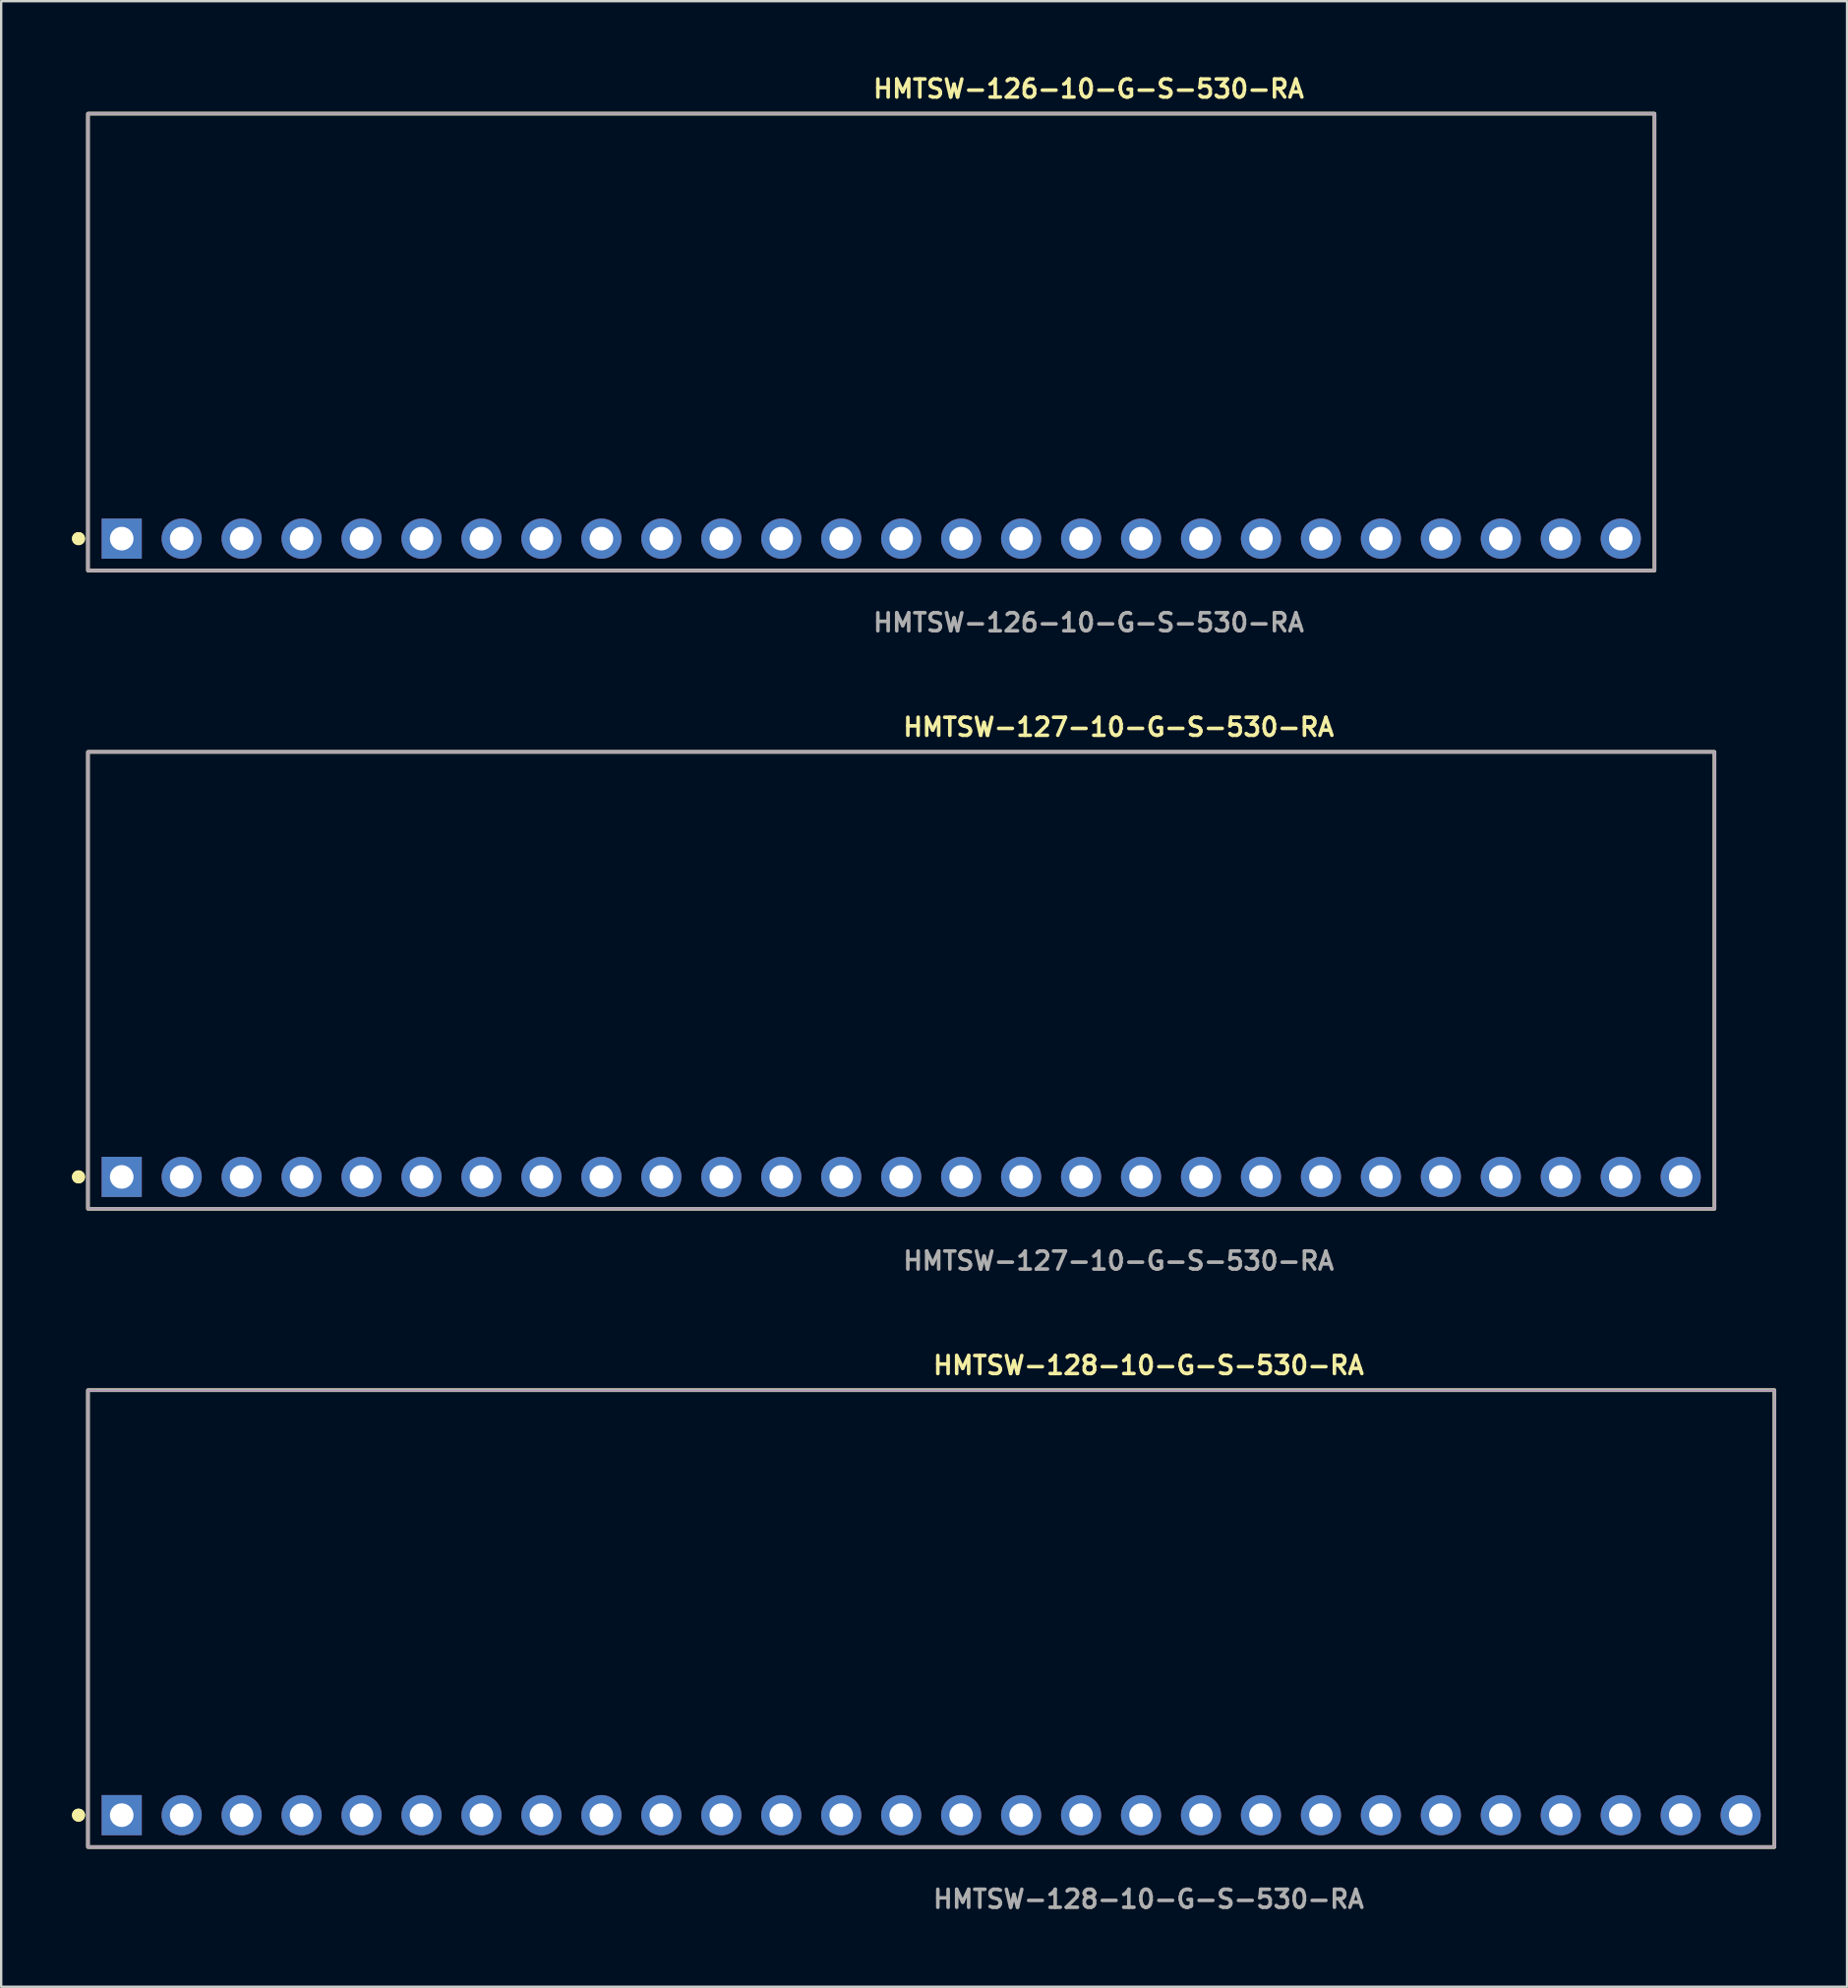
<source format=kicad_pcb>
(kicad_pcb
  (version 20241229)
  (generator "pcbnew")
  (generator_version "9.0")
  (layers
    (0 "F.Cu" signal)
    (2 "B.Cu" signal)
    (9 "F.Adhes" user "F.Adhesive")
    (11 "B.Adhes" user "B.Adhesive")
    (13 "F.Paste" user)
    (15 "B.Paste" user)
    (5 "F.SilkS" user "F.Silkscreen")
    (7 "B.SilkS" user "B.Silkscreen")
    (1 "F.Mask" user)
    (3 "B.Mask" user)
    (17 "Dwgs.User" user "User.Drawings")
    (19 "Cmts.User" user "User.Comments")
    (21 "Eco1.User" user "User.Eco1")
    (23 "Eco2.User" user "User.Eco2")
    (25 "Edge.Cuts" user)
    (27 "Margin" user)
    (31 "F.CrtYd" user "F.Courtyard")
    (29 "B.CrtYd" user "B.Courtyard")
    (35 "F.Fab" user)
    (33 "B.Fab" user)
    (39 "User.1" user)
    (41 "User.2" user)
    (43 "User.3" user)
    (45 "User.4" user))
  (footprint "HMTSW-126-10-G-S-530-RA"
    (layer "F.Cu")
    (at 33.856 19.763)
    (property "Reference" "HMTSW-126-10-G-S-530-RA" (at 0 -19.05 0) (unlocked yes) (layer "F.SilkS") (effects (font (size 0.762 0.762) (thickness 0.152)) (justify left)))
    (fp_rect (start -33.18 1.35) (end 33.18 -18) (stroke (width 0.152) (type solid)) (fill no) (layer "F.SilkS"))
    (fp_circle (center -33.58 0) (end -33.78 0) (stroke (width 0.152) (type solid)) (fill yes) (layer "F.SilkS"))
    (fp_circle (center -33.58 0) (end -33.78 0) (stroke (width 0.152) (type solid)) (fill yes) (layer "F.SilkS"))
    (fp_rect (start -33.18 1.35) (end 33.18 -18) (stroke (width 0.006) (type solid)) (fill no) (layer "F.CrtYd"))
    (fp_rect (start -33.18 1.35) (end 33.18 -18) (stroke (width 0.152) (type solid)) (fill no) (layer "F.Fab"))
    (fp_text user "${REFERENCE}" (at 0 3.556 0) (unlocked yes) (layer "F.Fab") (effects (font (size 0.762 0.762) (thickness 0.152)) (justify left)))
    (pad "1" thru_hole rect (at -31.75 0) (size 1.7 1.7) (drill 1) (layers "*.Cu" "*.Mask"))
    (pad "2" thru_hole circle (at -29.21 0) (size 1.7 1.7) (drill 1) (layers "*.Cu" "*.Mask"))
    (pad "3" thru_hole circle (at -26.67 0) (size 1.7 1.7) (drill 1) (layers "*.Cu" "*.Mask"))
    (pad "4" thru_hole circle (at -24.13 0) (size 1.7 1.7) (drill 1) (layers "*.Cu" "*.Mask"))
    (pad "5" thru_hole circle (at -21.59 0) (size 1.7 1.7) (drill 1) (layers "*.Cu" "*.Mask"))
    (pad "6" thru_hole circle (at -19.05 0) (size 1.7 1.7) (drill 1) (layers "*.Cu" "*.Mask"))
    (pad "7" thru_hole circle (at -16.51 0) (size 1.7 1.7) (drill 1) (layers "*.Cu" "*.Mask"))
    (pad "8" thru_hole circle (at -13.97 0) (size 1.7 1.7) (drill 1) (layers "*.Cu" "*.Mask"))
    (pad "9" thru_hole circle (at -11.43 0) (size 1.7 1.7) (drill 1) (layers "*.Cu" "*.Mask"))
    (pad "10" thru_hole circle (at -8.89 0) (size 1.7 1.7) (drill 1) (layers "*.Cu" "*.Mask"))
    (pad "11" thru_hole circle (at -6.35 0) (size 1.7 1.7) (drill 1) (layers "*.Cu" "*.Mask"))
    (pad "12" thru_hole circle (at -3.81 0) (size 1.7 1.7) (drill 1) (layers "*.Cu" "*.Mask"))
    (pad "13" thru_hole circle (at -1.27 0) (size 1.7 1.7) (drill 1) (layers "*.Cu" "*.Mask"))
    (pad "14" thru_hole circle (at 1.27 0) (size 1.7 1.7) (drill 1) (layers "*.Cu" "*.Mask"))
    (pad "15" thru_hole circle (at 3.81 0) (size 1.7 1.7) (drill 1) (layers "*.Cu" "*.Mask"))
    (pad "16" thru_hole circle (at 6.35 0) (size 1.7 1.7) (drill 1) (layers "*.Cu" "*.Mask"))
    (pad "17" thru_hole circle (at 8.89 0) (size 1.7 1.7) (drill 1) (layers "*.Cu" "*.Mask"))
    (pad "18" thru_hole circle (at 11.43 0) (size 1.7 1.7) (drill 1) (layers "*.Cu" "*.Mask"))
    (pad "19" thru_hole circle (at 13.97 0) (size 1.7 1.7) (drill 1) (layers "*.Cu" "*.Mask"))
    (pad "20" thru_hole circle (at 16.51 0) (size 1.7 1.7) (drill 1) (layers "*.Cu" "*.Mask"))
    (pad "21" thru_hole circle (at 19.05 0) (size 1.7 1.7) (drill 1) (layers "*.Cu" "*.Mask"))
    (pad "22" thru_hole circle (at 21.59 0) (size 1.7 1.7) (drill 1) (layers "*.Cu" "*.Mask"))
    (pad "23" thru_hole circle (at 24.13 0) (size 1.7 1.7) (drill 1) (layers "*.Cu" "*.Mask"))
    (pad "24" thru_hole circle (at 26.67 0) (size 1.7 1.7) (drill 1) (layers "*.Cu" "*.Mask"))
    (pad "25" thru_hole circle (at 29.21 0) (size 1.7 1.7) (drill 1) (layers "*.Cu" "*.Mask"))
    (pad "26" thru_hole circle (at 31.75 0) (size 1.7 1.7) (drill 1) (layers "*.Cu" "*.Mask")))
  (footprint "HMTSW-128-10-G-S-530-RA"
    (layer "F.Cu")
    (at 36.396 73.828)
    (property "Reference" "HMTSW-128-10-G-S-530-RA" (at 0 -19.05 0) (unlocked yes) (layer "F.SilkS") (effects (font (size 0.762 0.762) (thickness 0.152)) (justify left)))
    (fp_rect (start -35.72 1.35) (end 35.72 -18) (stroke (width 0.152) (type solid)) (fill no) (layer "F.SilkS"))
    (fp_circle (center -36.12 0) (end -36.32 0) (stroke (width 0.152) (type solid)) (fill yes) (layer "F.SilkS"))
    (fp_circle (center -36.12 0) (end -36.32 0) (stroke (width 0.152) (type solid)) (fill yes) (layer "F.SilkS"))
    (fp_rect (start -35.72 1.35) (end 35.72 -18) (stroke (width 0.006) (type solid)) (fill no) (layer "F.CrtYd"))
    (fp_rect (start -35.72 1.35) (end 35.72 -18) (stroke (width 0.152) (type solid)) (fill no) (layer "F.Fab"))
    (fp_text user "${REFERENCE}" (at 0 3.556 0) (unlocked yes) (layer "F.Fab") (effects (font (size 0.762 0.762) (thickness 0.152)) (justify left)))
    (pad "1" thru_hole rect (at -34.29 0) (size 1.7 1.7) (drill 1) (layers "*.Cu" "*.Mask"))
    (pad "2" thru_hole circle (at -31.75 0) (size 1.7 1.7) (drill 1) (layers "*.Cu" "*.Mask"))
    (pad "3" thru_hole circle (at -29.21 0) (size 1.7 1.7) (drill 1) (layers "*.Cu" "*.Mask"))
    (pad "4" thru_hole circle (at -26.67 0) (size 1.7 1.7) (drill 1) (layers "*.Cu" "*.Mask"))
    (pad "5" thru_hole circle (at -24.13 0) (size 1.7 1.7) (drill 1) (layers "*.Cu" "*.Mask"))
    (pad "6" thru_hole circle (at -21.59 0) (size 1.7 1.7) (drill 1) (layers "*.Cu" "*.Mask"))
    (pad "7" thru_hole circle (at -19.05 0) (size 1.7 1.7) (drill 1) (layers "*.Cu" "*.Mask"))
    (pad "8" thru_hole circle (at -16.51 0) (size 1.7 1.7) (drill 1) (layers "*.Cu" "*.Mask"))
    (pad "9" thru_hole circle (at -13.97 0) (size 1.7 1.7) (drill 1) (layers "*.Cu" "*.Mask"))
    (pad "10" thru_hole circle (at -11.43 0) (size 1.7 1.7) (drill 1) (layers "*.Cu" "*.Mask"))
    (pad "11" thru_hole circle (at -8.89 0) (size 1.7 1.7) (drill 1) (layers "*.Cu" "*.Mask"))
    (pad "12" thru_hole circle (at -6.35 0) (size 1.7 1.7) (drill 1) (layers "*.Cu" "*.Mask"))
    (pad "13" thru_hole circle (at -3.81 0) (size 1.7 1.7) (drill 1) (layers "*.Cu" "*.Mask"))
    (pad "14" thru_hole circle (at -1.27 0) (size 1.7 1.7) (drill 1) (layers "*.Cu" "*.Mask"))
    (pad "15" thru_hole circle (at 1.27 0) (size 1.7 1.7) (drill 1) (layers "*.Cu" "*.Mask"))
    (pad "16" thru_hole circle (at 3.81 0) (size 1.7 1.7) (drill 1) (layers "*.Cu" "*.Mask"))
    (pad "17" thru_hole circle (at 6.35 0) (size 1.7 1.7) (drill 1) (layers "*.Cu" "*.Mask"))
    (pad "18" thru_hole circle (at 8.89 0) (size 1.7 1.7) (drill 1) (layers "*.Cu" "*.Mask"))
    (pad "19" thru_hole circle (at 11.43 0) (size 1.7 1.7) (drill 1) (layers "*.Cu" "*.Mask"))
    (pad "20" thru_hole circle (at 13.97 0) (size 1.7 1.7) (drill 1) (layers "*.Cu" "*.Mask"))
    (pad "21" thru_hole circle (at 16.51 0) (size 1.7 1.7) (drill 1) (layers "*.Cu" "*.Mask"))
    (pad "22" thru_hole circle (at 19.05 0) (size 1.7 1.7) (drill 1) (layers "*.Cu" "*.Mask"))
    (pad "23" thru_hole circle (at 21.59 0) (size 1.7 1.7) (drill 1) (layers "*.Cu" "*.Mask"))
    (pad "24" thru_hole circle (at 24.13 0) (size 1.7 1.7) (drill 1) (layers "*.Cu" "*.Mask"))
    (pad "25" thru_hole circle (at 26.67 0) (size 1.7 1.7) (drill 1) (layers "*.Cu" "*.Mask"))
    (pad "26" thru_hole circle (at 29.21 0) (size 1.7 1.7) (drill 1) (layers "*.Cu" "*.Mask"))
    (pad "27" thru_hole circle (at 31.75 0) (size 1.7 1.7) (drill 1) (layers "*.Cu" "*.Mask"))
    (pad "28" thru_hole circle (at 34.29 0) (size 1.7 1.7) (drill 1) (layers "*.Cu" "*.Mask")))
  (footprint "HMTSW-127-10-G-S-530-RA"
    (layer "F.Cu")
    (at 35.126 46.796)
    (property "Reference" "HMTSW-127-10-G-S-530-RA" (at 0 -19.05 0) (unlocked yes) (layer "F.SilkS") (effects (font (size 0.762 0.762) (thickness 0.152)) (justify left)))
    (fp_rect (start -34.45 1.35) (end 34.45 -18) (stroke (width 0.152) (type solid)) (fill no) (layer "F.SilkS"))
    (fp_circle (center -34.85 0) (end -35.05 0) (stroke (width 0.152) (type solid)) (fill yes) (layer "F.SilkS"))
    (fp_circle (center -34.85 0) (end -35.05 0) (stroke (width 0.152) (type solid)) (fill yes) (layer "F.SilkS"))
    (fp_rect (start -34.45 1.35) (end 34.45 -18) (stroke (width 0.006) (type solid)) (fill no) (layer "F.CrtYd"))
    (fp_rect (start -34.45 1.35) (end 34.45 -18) (stroke (width 0.152) (type solid)) (fill no) (layer "F.Fab"))
    (fp_text user "${REFERENCE}" (at 0 3.556 0) (unlocked yes) (layer "F.Fab") (effects (font (size 0.762 0.762) (thickness 0.152)) (justify left)))
    (pad "1" thru_hole rect (at -33.02 0) (size 1.7 1.7) (drill 1) (layers "*.Cu" "*.Mask"))
    (pad "2" thru_hole circle (at -30.48 0) (size 1.7 1.7) (drill 1) (layers "*.Cu" "*.Mask"))
    (pad "3" thru_hole circle (at -27.94 0) (size 1.7 1.7) (drill 1) (layers "*.Cu" "*.Mask"))
    (pad "4" thru_hole circle (at -25.4 0) (size 1.7 1.7) (drill 1) (layers "*.Cu" "*.Mask"))
    (pad "5" thru_hole circle (at -22.86 0) (size 1.7 1.7) (drill 1) (layers "*.Cu" "*.Mask"))
    (pad "6" thru_hole circle (at -20.32 0) (size 1.7 1.7) (drill 1) (layers "*.Cu" "*.Mask"))
    (pad "7" thru_hole circle (at -17.78 0) (size 1.7 1.7) (drill 1) (layers "*.Cu" "*.Mask"))
    (pad "8" thru_hole circle (at -15.24 0) (size 1.7 1.7) (drill 1) (layers "*.Cu" "*.Mask"))
    (pad "9" thru_hole circle (at -12.7 0) (size 1.7 1.7) (drill 1) (layers "*.Cu" "*.Mask"))
    (pad "10" thru_hole circle (at -10.16 0) (size 1.7 1.7) (drill 1) (layers "*.Cu" "*.Mask"))
    (pad "11" thru_hole circle (at -7.62 0) (size 1.7 1.7) (drill 1) (layers "*.Cu" "*.Mask"))
    (pad "12" thru_hole circle (at -5.08 0) (size 1.7 1.7) (drill 1) (layers "*.Cu" "*.Mask"))
    (pad "13" thru_hole circle (at -2.54 0) (size 1.7 1.7) (drill 1) (layers "*.Cu" "*.Mask"))
    (pad "14" thru_hole circle (at 0 0) (size 1.7 1.7) (drill 1) (layers "*.Cu" "*.Mask"))
    (pad "15" thru_hole circle (at 2.54 0) (size 1.7 1.7) (drill 1) (layers "*.Cu" "*.Mask"))
    (pad "16" thru_hole circle (at 5.08 0) (size 1.7 1.7) (drill 1) (layers "*.Cu" "*.Mask"))
    (pad "17" thru_hole circle (at 7.62 0) (size 1.7 1.7) (drill 1) (layers "*.Cu" "*.Mask"))
    (pad "18" thru_hole circle (at 10.16 0) (size 1.7 1.7) (drill 1) (layers "*.Cu" "*.Mask"))
    (pad "19" thru_hole circle (at 12.7 0) (size 1.7 1.7) (drill 1) (layers "*.Cu" "*.Mask"))
    (pad "20" thru_hole circle (at 15.24 0) (size 1.7 1.7) (drill 1) (layers "*.Cu" "*.Mask"))
    (pad "21" thru_hole circle (at 17.78 0) (size 1.7 1.7) (drill 1) (layers "*.Cu" "*.Mask"))
    (pad "22" thru_hole circle (at 20.32 0) (size 1.7 1.7) (drill 1) (layers "*.Cu" "*.Mask"))
    (pad "23" thru_hole circle (at 22.86 0) (size 1.7 1.7) (drill 1) (layers "*.Cu" "*.Mask"))
    (pad "24" thru_hole circle (at 25.4 0) (size 1.7 1.7) (drill 1) (layers "*.Cu" "*.Mask"))
    (pad "25" thru_hole circle (at 27.94 0) (size 1.7 1.7) (drill 1) (layers "*.Cu" "*.Mask"))
    (pad "26" thru_hole circle (at 30.48 0) (size 1.7 1.7) (drill 1) (layers "*.Cu" "*.Mask"))
    (pad "27" thru_hole circle (at 33.02 0) (size 1.7 1.7) (drill 1) (layers "*.Cu" "*.Mask")))
  (gr_rect
    (start -3 -3)
    (end 75.192 81.097)
    (stroke (width 0.1) (type default))
    (fill no)
    (layer "Edge.Cuts")))
</source>
